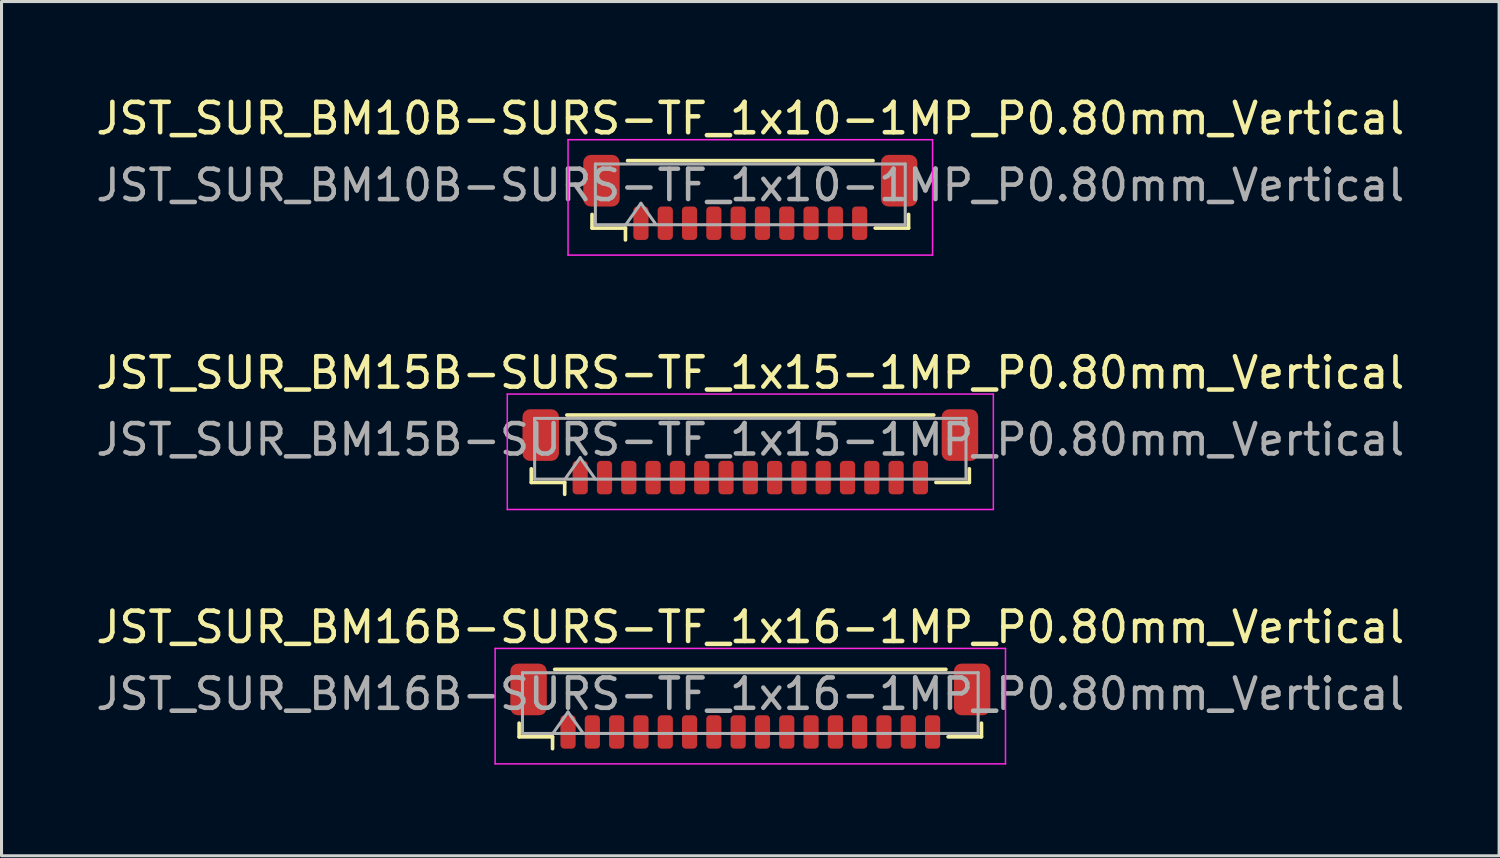
<source format=kicad_pcb>
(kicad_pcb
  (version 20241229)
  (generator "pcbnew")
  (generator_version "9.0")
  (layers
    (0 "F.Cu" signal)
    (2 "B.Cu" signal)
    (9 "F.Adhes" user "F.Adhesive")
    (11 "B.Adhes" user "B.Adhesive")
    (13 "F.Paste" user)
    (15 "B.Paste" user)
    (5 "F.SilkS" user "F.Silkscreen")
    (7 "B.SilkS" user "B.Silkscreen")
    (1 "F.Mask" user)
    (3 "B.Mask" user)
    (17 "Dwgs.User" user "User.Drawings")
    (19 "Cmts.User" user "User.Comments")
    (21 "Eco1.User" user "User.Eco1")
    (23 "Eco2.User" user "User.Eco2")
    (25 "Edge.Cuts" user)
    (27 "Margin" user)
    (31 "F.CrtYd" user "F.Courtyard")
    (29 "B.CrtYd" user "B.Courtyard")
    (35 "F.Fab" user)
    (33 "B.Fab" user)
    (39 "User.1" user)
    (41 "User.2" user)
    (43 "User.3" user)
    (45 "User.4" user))
  (footprint "JST_SUR_BM16B-SURS-TF_1x16-1MP_P0.80mm_Vertical"
    (layer "F.Cu")
    (at 21.649 20.195)
    (property "Reference" "JST_SUR_BM16B-SURS-TF_1x16-1MP_P0.80mm_Vertical" (at 0 -2.6 0) (layer "F.SilkS") (effects (font (size 1 1) (thickness 0.15))))
    (attr smd)
    (fp_line (start -7.61 0.56) (end -7.61 1.01) (stroke (width 0.12) (type solid)) (layer "F.SilkS"))
    (fp_line (start -7.61 1.01) (end -6.51 1.01) (stroke (width 0.12) (type solid)) (layer "F.SilkS"))
    (fp_line (start -6.51 1.01) (end -6.51 1.4) (stroke (width 0.12) (type solid)) (layer "F.SilkS"))
    (fp_line (start -6.44 -1.21) (end 6.44 -1.21) (stroke (width 0.12) (type solid)) (layer "F.SilkS"))
    (fp_line (start 7.61 0.56) (end 7.61 1.01) (stroke (width 0.12) (type solid)) (layer "F.SilkS"))
    (fp_line (start 7.61 1.01) (end 6.51 1.01) (stroke (width 0.12) (type solid)) (layer "F.SilkS"))
    (fp_line (start -8.4 -1.9) (end -8.4 1.9) (stroke (width 0.05) (type solid)) (layer "F.CrtYd"))
    (fp_line (start -8.4 1.9) (end 8.4 1.9) (stroke (width 0.05) (type solid)) (layer "F.CrtYd"))
    (fp_line (start 8.4 -1.9) (end -8.4 -1.9) (stroke (width 0.05) (type solid)) (layer "F.CrtYd"))
    (fp_line (start 8.4 1.9) (end 8.4 -1.9) (stroke (width 0.05) (type solid)) (layer "F.CrtYd"))
    (fp_line (start -7.5 -1.1) (end 7.5 -1.1) (stroke (width 0.1) (type solid)) (layer "F.Fab"))
    (fp_line (start -7.5 0.9) (end -7.5 -1.1) (stroke (width 0.1) (type solid)) (layer "F.Fab"))
    (fp_line (start -7.5 0.9) (end 7.5 0.9) (stroke (width 0.1) (type solid)) (layer "F.Fab"))
    (fp_line (start -6.5 0.9) (end -6 0.193) (stroke (width 0.1) (type solid)) (layer "F.Fab"))
    (fp_line (start -6 0.193) (end -5.5 0.9) (stroke (width 0.1) (type solid)) (layer "F.Fab"))
    (fp_line (start 7.5 0.9) (end 7.5 -1.1) (stroke (width 0.1) (type solid)) (layer "F.Fab"))
    (fp_text user "${REFERENCE}" (at 0 -0.4 0) (layer "F.Fab") (effects (font (size 1 1) (thickness 0.15))))
    (pad "1" smd roundrect (at -6 0.85) (size 0.5 1.1) (layers "F.Cu" "F.Mask" "F.Paste") (roundrect_rratio 0.25))
    (pad "2" smd roundrect (at -5.2 0.85) (size 0.5 1.1) (layers "F.Cu" "F.Mask" "F.Paste") (roundrect_rratio 0.25))
    (pad "3" smd roundrect (at -4.4 0.85) (size 0.5 1.1) (layers "F.Cu" "F.Mask" "F.Paste") (roundrect_rratio 0.25))
    (pad "4" smd roundrect (at -3.6 0.85) (size 0.5 1.1) (layers "F.Cu" "F.Mask" "F.Paste") (roundrect_rratio 0.25))
    (pad "5" smd roundrect (at -2.8 0.85) (size 0.5 1.1) (layers "F.Cu" "F.Mask" "F.Paste") (roundrect_rratio 0.25))
    (pad "6" smd roundrect (at -2 0.85) (size 0.5 1.1) (layers "F.Cu" "F.Mask" "F.Paste") (roundrect_rratio 0.25))
    (pad "7" smd roundrect (at -1.2 0.85) (size 0.5 1.1) (layers "F.Cu" "F.Mask" "F.Paste") (roundrect_rratio 0.25))
    (pad "8" smd roundrect (at -0.4 0.85) (size 0.5 1.1) (layers "F.Cu" "F.Mask" "F.Paste") (roundrect_rratio 0.25))
    (pad "9" smd roundrect (at 0.4 0.85) (size 0.5 1.1) (layers "F.Cu" "F.Mask" "F.Paste") (roundrect_rratio 0.25))
    (pad "10" smd roundrect (at 1.2 0.85) (size 0.5 1.1) (layers "F.Cu" "F.Mask" "F.Paste") (roundrect_rratio 0.25))
    (pad "11" smd roundrect (at 2 0.85) (size 0.5 1.1) (layers "F.Cu" "F.Mask" "F.Paste") (roundrect_rratio 0.25))
    (pad "12" smd roundrect (at 2.8 0.85) (size 0.5 1.1) (layers "F.Cu" "F.Mask" "F.Paste") (roundrect_rratio 0.25))
    (pad "13" smd roundrect (at 3.6 0.85) (size 0.5 1.1) (layers "F.Cu" "F.Mask" "F.Paste") (roundrect_rratio 0.25))
    (pad "14" smd roundrect (at 4.4 0.85) (size 0.5 1.1) (layers "F.Cu" "F.Mask" "F.Paste") (roundrect_rratio 0.25))
    (pad "15" smd roundrect (at 5.2 0.85) (size 0.5 1.1) (layers "F.Cu" "F.Mask" "F.Paste") (roundrect_rratio 0.25))
    (pad "16" smd roundrect (at 6 0.85) (size 0.5 1.1) (layers "F.Cu" "F.Mask" "F.Paste") (roundrect_rratio 0.25))
    (pad "MP" smd roundrect (at -7.3 -0.55) (size 1.2 1.7) (layers "F.Cu" "F.Mask" "F.Paste") (roundrect_rratio 0.208))
    (pad "MP" smd roundrect (at 7.3 -0.55) (size 1.2 1.7) (layers "F.Cu" "F.Mask" "F.Paste") (roundrect_rratio 0.208)))
  (footprint "JST_SUR_BM10B-SURS-TF_1x10-1MP_P0.80mm_Vertical"
    (layer "F.Cu")
    (at 21.649 3.448)
    (property "Reference" "JST_SUR_BM10B-SURS-TF_1x10-1MP_P0.80mm_Vertical" (at 0 -2.6 0) (layer "F.SilkS") (effects (font (size 1 1) (thickness 0.15))))
    (attr smd)
    (fp_line (start -5.21 0.56) (end -5.21 1.01) (stroke (width 0.12) (type solid)) (layer "F.SilkS"))
    (fp_line (start -5.21 1.01) (end -4.11 1.01) (stroke (width 0.12) (type solid)) (layer "F.SilkS"))
    (fp_line (start -4.11 1.01) (end -4.11 1.4) (stroke (width 0.12) (type solid)) (layer "F.SilkS"))
    (fp_line (start -4.04 -1.21) (end 4.04 -1.21) (stroke (width 0.12) (type solid)) (layer "F.SilkS"))
    (fp_line (start 5.21 0.56) (end 5.21 1.01) (stroke (width 0.12) (type solid)) (layer "F.SilkS"))
    (fp_line (start 5.21 1.01) (end 4.11 1.01) (stroke (width 0.12) (type solid)) (layer "F.SilkS"))
    (fp_line (start -6 -1.9) (end -6 1.9) (stroke (width 0.05) (type solid)) (layer "F.CrtYd"))
    (fp_line (start -6 1.9) (end 6 1.9) (stroke (width 0.05) (type solid)) (layer "F.CrtYd"))
    (fp_line (start 6 -1.9) (end -6 -1.9) (stroke (width 0.05) (type solid)) (layer "F.CrtYd"))
    (fp_line (start 6 1.9) (end 6 -1.9) (stroke (width 0.05) (type solid)) (layer "F.CrtYd"))
    (fp_line (start -5.1 -1.1) (end 5.1 -1.1) (stroke (width 0.1) (type solid)) (layer "F.Fab"))
    (fp_line (start -5.1 0.9) (end -5.1 -1.1) (stroke (width 0.1) (type solid)) (layer "F.Fab"))
    (fp_line (start -5.1 0.9) (end 5.1 0.9) (stroke (width 0.1) (type solid)) (layer "F.Fab"))
    (fp_line (start -4.1 0.9) (end -3.6 0.193) (stroke (width 0.1) (type solid)) (layer "F.Fab"))
    (fp_line (start -3.6 0.193) (end -3.1 0.9) (stroke (width 0.1) (type solid)) (layer "F.Fab"))
    (fp_line (start 5.1 0.9) (end 5.1 -1.1) (stroke (width 0.1) (type solid)) (layer "F.Fab"))
    (fp_text user "${REFERENCE}" (at 0 -0.4 0) (layer "F.Fab") (effects (font (size 1 1) (thickness 0.15))))
    (pad "1" smd roundrect (at -3.6 0.85) (size 0.5 1.1) (layers "F.Cu" "F.Mask" "F.Paste") (roundrect_rratio 0.25))
    (pad "2" smd roundrect (at -2.8 0.85) (size 0.5 1.1) (layers "F.Cu" "F.Mask" "F.Paste") (roundrect_rratio 0.25))
    (pad "3" smd roundrect (at -2 0.85) (size 0.5 1.1) (layers "F.Cu" "F.Mask" "F.Paste") (roundrect_rratio 0.25))
    (pad "4" smd roundrect (at -1.2 0.85) (size 0.5 1.1) (layers "F.Cu" "F.Mask" "F.Paste") (roundrect_rratio 0.25))
    (pad "5" smd roundrect (at -0.4 0.85) (size 0.5 1.1) (layers "F.Cu" "F.Mask" "F.Paste") (roundrect_rratio 0.25))
    (pad "6" smd roundrect (at 0.4 0.85) (size 0.5 1.1) (layers "F.Cu" "F.Mask" "F.Paste") (roundrect_rratio 0.25))
    (pad "7" smd roundrect (at 1.2 0.85) (size 0.5 1.1) (layers "F.Cu" "F.Mask" "F.Paste") (roundrect_rratio 0.25))
    (pad "8" smd roundrect (at 2 0.85) (size 0.5 1.1) (layers "F.Cu" "F.Mask" "F.Paste") (roundrect_rratio 0.25))
    (pad "9" smd roundrect (at 2.8 0.85) (size 0.5 1.1) (layers "F.Cu" "F.Mask" "F.Paste") (roundrect_rratio 0.25))
    (pad "10" smd roundrect (at 3.6 0.85) (size 0.5 1.1) (layers "F.Cu" "F.Mask" "F.Paste") (roundrect_rratio 0.25))
    (pad "MP" smd roundrect (at -4.9 -0.55) (size 1.2 1.7) (layers "F.Cu" "F.Mask" "F.Paste") (roundrect_rratio 0.208))
    (pad "MP" smd roundrect (at 4.9 -0.55) (size 1.2 1.7) (layers "F.Cu" "F.Mask" "F.Paste") (roundrect_rratio 0.208)))
  (footprint "JST_SUR_BM15B-SURS-TF_1x15-1MP_P0.80mm_Vertical"
    (layer "F.Cu")
    (at 21.649 11.822)
    (property "Reference" "JST_SUR_BM15B-SURS-TF_1x15-1MP_P0.80mm_Vertical" (at 0 -2.6 0) (layer "F.SilkS") (effects (font (size 1 1) (thickness 0.15))))
    (attr smd)
    (fp_line (start -7.21 0.56) (end -7.21 1.01) (stroke (width 0.12) (type solid)) (layer "F.SilkS"))
    (fp_line (start -7.21 1.01) (end -6.11 1.01) (stroke (width 0.12) (type solid)) (layer "F.SilkS"))
    (fp_line (start -6.11 1.01) (end -6.11 1.4) (stroke (width 0.12) (type solid)) (layer "F.SilkS"))
    (fp_line (start -6.04 -1.21) (end 6.04 -1.21) (stroke (width 0.12) (type solid)) (layer "F.SilkS"))
    (fp_line (start 7.21 0.56) (end 7.21 1.01) (stroke (width 0.12) (type solid)) (layer "F.SilkS"))
    (fp_line (start 7.21 1.01) (end 6.11 1.01) (stroke (width 0.12) (type solid)) (layer "F.SilkS"))
    (fp_line (start -8 -1.9) (end -8 1.9) (stroke (width 0.05) (type solid)) (layer "F.CrtYd"))
    (fp_line (start -8 1.9) (end 8 1.9) (stroke (width 0.05) (type solid)) (layer "F.CrtYd"))
    (fp_line (start 8 -1.9) (end -8 -1.9) (stroke (width 0.05) (type solid)) (layer "F.CrtYd"))
    (fp_line (start 8 1.9) (end 8 -1.9) (stroke (width 0.05) (type solid)) (layer "F.CrtYd"))
    (fp_line (start -7.1 -1.1) (end 7.1 -1.1) (stroke (width 0.1) (type solid)) (layer "F.Fab"))
    (fp_line (start -7.1 0.9) (end -7.1 -1.1) (stroke (width 0.1) (type solid)) (layer "F.Fab"))
    (fp_line (start -7.1 0.9) (end 7.1 0.9) (stroke (width 0.1) (type solid)) (layer "F.Fab"))
    (fp_line (start -6.1 0.9) (end -5.6 0.193) (stroke (width 0.1) (type solid)) (layer "F.Fab"))
    (fp_line (start -5.6 0.193) (end -5.1 0.9) (stroke (width 0.1) (type solid)) (layer "F.Fab"))
    (fp_line (start 7.1 0.9) (end 7.1 -1.1) (stroke (width 0.1) (type solid)) (layer "F.Fab"))
    (fp_text user "${REFERENCE}" (at 0 -0.4 0) (layer "F.Fab") (effects (font (size 1 1) (thickness 0.15))))
    (pad "1" smd roundrect (at -5.6 0.85) (size 0.5 1.1) (layers "F.Cu" "F.Mask" "F.Paste") (roundrect_rratio 0.25))
    (pad "2" smd roundrect (at -4.8 0.85) (size 0.5 1.1) (layers "F.Cu" "F.Mask" "F.Paste") (roundrect_rratio 0.25))
    (pad "3" smd roundrect (at -4 0.85) (size 0.5 1.1) (layers "F.Cu" "F.Mask" "F.Paste") (roundrect_rratio 0.25))
    (pad "4" smd roundrect (at -3.2 0.85) (size 0.5 1.1) (layers "F.Cu" "F.Mask" "F.Paste") (roundrect_rratio 0.25))
    (pad "5" smd roundrect (at -2.4 0.85) (size 0.5 1.1) (layers "F.Cu" "F.Mask" "F.Paste") (roundrect_rratio 0.25))
    (pad "6" smd roundrect (at -1.6 0.85) (size 0.5 1.1) (layers "F.Cu" "F.Mask" "F.Paste") (roundrect_rratio 0.25))
    (pad "7" smd roundrect (at -0.8 0.85) (size 0.5 1.1) (layers "F.Cu" "F.Mask" "F.Paste") (roundrect_rratio 0.25))
    (pad "8" smd roundrect (at 0 0.85) (size 0.5 1.1) (layers "F.Cu" "F.Mask" "F.Paste") (roundrect_rratio 0.25))
    (pad "9" smd roundrect (at 0.8 0.85) (size 0.5 1.1) (layers "F.Cu" "F.Mask" "F.Paste") (roundrect_rratio 0.25))
    (pad "10" smd roundrect (at 1.6 0.85) (size 0.5 1.1) (layers "F.Cu" "F.Mask" "F.Paste") (roundrect_rratio 0.25))
    (pad "11" smd roundrect (at 2.4 0.85) (size 0.5 1.1) (layers "F.Cu" "F.Mask" "F.Paste") (roundrect_rratio 0.25))
    (pad "12" smd roundrect (at 3.2 0.85) (size 0.5 1.1) (layers "F.Cu" "F.Mask" "F.Paste") (roundrect_rratio 0.25))
    (pad "13" smd roundrect (at 4 0.85) (size 0.5 1.1) (layers "F.Cu" "F.Mask" "F.Paste") (roundrect_rratio 0.25))
    (pad "14" smd roundrect (at 4.8 0.85) (size 0.5 1.1) (layers "F.Cu" "F.Mask" "F.Paste") (roundrect_rratio 0.25))
    (pad "15" smd roundrect (at 5.6 0.85) (size 0.5 1.1) (layers "F.Cu" "F.Mask" "F.Paste") (roundrect_rratio 0.25))
    (pad "MP" smd roundrect (at -6.9 -0.55) (size 1.2 1.7) (layers "F.Cu" "F.Mask" "F.Paste") (roundrect_rratio 0.208))
    (pad "MP" smd roundrect (at 6.9 -0.55) (size 1.2 1.7) (layers "F.Cu" "F.Mask" "F.Paste") (roundrect_rratio 0.208)))
  (gr_rect
    (start -3 -3)
    (end 46.298 25.12)
    (stroke (width 0.1) (type default))
    (fill no)
    (layer "Edge.Cuts")))
</source>
